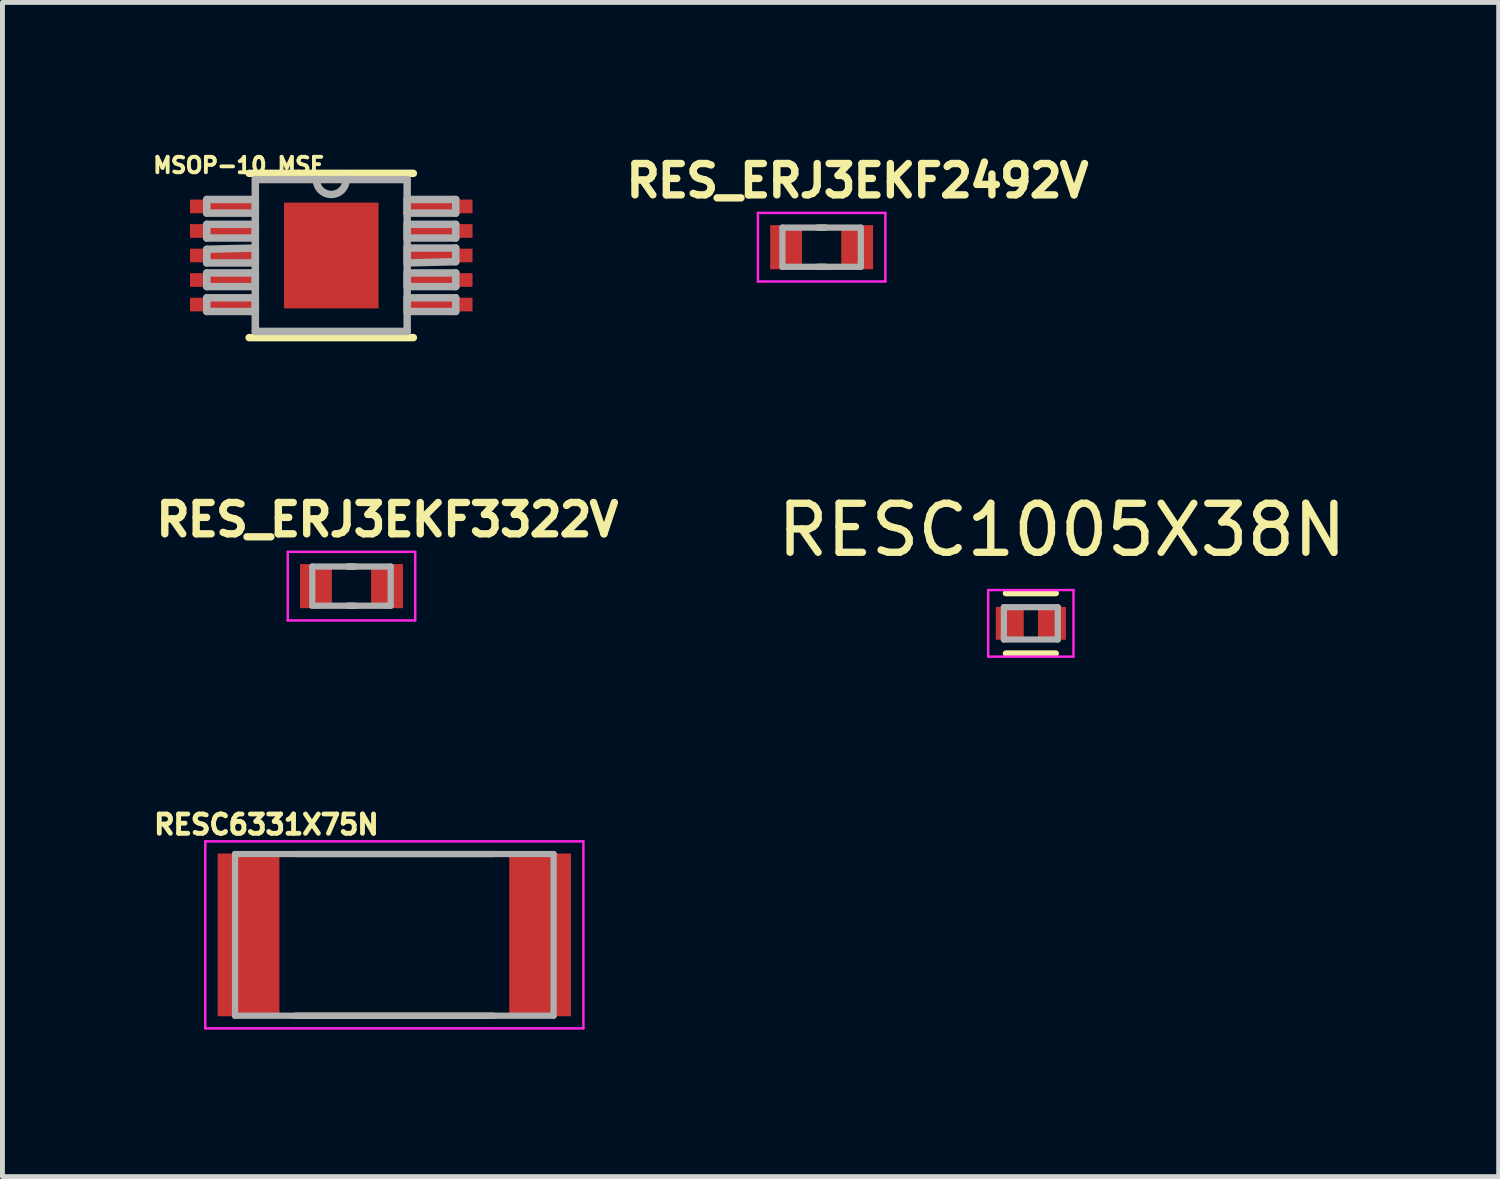
<source format=kicad_pcb>
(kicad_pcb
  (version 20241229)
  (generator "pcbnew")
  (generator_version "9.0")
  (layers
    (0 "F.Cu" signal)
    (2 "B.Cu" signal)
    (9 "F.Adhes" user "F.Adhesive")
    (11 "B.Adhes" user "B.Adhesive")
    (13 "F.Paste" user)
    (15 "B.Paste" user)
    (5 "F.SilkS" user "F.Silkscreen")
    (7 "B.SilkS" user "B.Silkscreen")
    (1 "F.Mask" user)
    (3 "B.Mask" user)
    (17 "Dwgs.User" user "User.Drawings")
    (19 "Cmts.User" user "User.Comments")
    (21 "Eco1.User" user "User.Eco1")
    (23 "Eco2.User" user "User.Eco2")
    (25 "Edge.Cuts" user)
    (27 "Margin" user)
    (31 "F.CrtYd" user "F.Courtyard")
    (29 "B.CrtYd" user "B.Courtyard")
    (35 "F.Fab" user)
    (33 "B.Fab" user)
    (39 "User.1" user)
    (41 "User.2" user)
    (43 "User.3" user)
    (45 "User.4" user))
  (footprint "RES_ERJ3EKF3322V"
    (layer "F.Cu")
    (at 4.122 8.91)
    (property "Reference" "RES_ERJ3EKF3322V" (at 0.732 -1.356 0) (layer "F.SilkS") (effects (font (size 0.64 0.64) (thickness 0.15))))
    (attr smd)
    (fp_line (start -0.08 -0.4) (end 0.08 -0.4) (stroke (width 0.127) (type solid)) (layer "F.SilkS"))
    (fp_line (start -0.08 0.4) (end 0.08 0.4) (stroke (width 0.127) (type solid)) (layer "F.SilkS"))
    (fp_line (start -1.3 -0.7) (end -1.3 0.7) (stroke (width 0.05) (type solid)) (layer "F.CrtYd"))
    (fp_line (start -1.3 0.7) (end 1.3 0.7) (stroke (width 0.05) (type solid)) (layer "F.CrtYd"))
    (fp_line (start 1.3 -0.7) (end -1.3 -0.7) (stroke (width 0.05) (type solid)) (layer "F.CrtYd"))
    (fp_line (start 1.3 0.7) (end 1.3 -0.7) (stroke (width 0.05) (type solid)) (layer "F.CrtYd"))
    (fp_line (start -0.8 -0.4) (end -0.8 0.4) (stroke (width 0.127) (type solid)) (layer "F.Fab"))
    (fp_line (start -0.8 -0.4) (end 0.8 -0.4) (stroke (width 0.127) (type solid)) (layer "F.Fab"))
    (fp_line (start -0.8 0.4) (end 0.8 0.4) (stroke (width 0.127) (type solid)) (layer "F.Fab"))
    (fp_line (start 0.8 -0.4) (end 0.8 0.4) (stroke (width 0.127) (type solid)) (layer "F.Fab"))
    (pad "1" smd rect (at -0.725 0) (size 0.65 0.9) (layers "F.Cu" "F.Mask" "F.Paste"))
    (pad "2" smd rect (at 0.725 0) (size 0.65 0.9) (layers "F.Cu" "F.Mask" "F.Paste")))
  (footprint "RES_ERJ3EKF2492V"
    (layer "F.Cu")
    (at 13.715 1.994)
    (property "Reference" "RES_ERJ3EKF2492V" (at 0.732 -1.356 0) (layer "F.SilkS") (effects (font (size 0.64 0.64) (thickness 0.15))))
    (attr smd)
    (fp_line (start -0.08 -0.4) (end 0.08 -0.4) (stroke (width 0.127) (type solid)) (layer "F.SilkS"))
    (fp_line (start -0.08 0.4) (end 0.08 0.4) (stroke (width 0.127) (type solid)) (layer "F.SilkS"))
    (fp_line (start -1.3 -0.7) (end -1.3 0.7) (stroke (width 0.05) (type solid)) (layer "F.CrtYd"))
    (fp_line (start -1.3 0.7) (end 1.3 0.7) (stroke (width 0.05) (type solid)) (layer "F.CrtYd"))
    (fp_line (start 1.3 -0.7) (end -1.3 -0.7) (stroke (width 0.05) (type solid)) (layer "F.CrtYd"))
    (fp_line (start 1.3 0.7) (end 1.3 -0.7) (stroke (width 0.05) (type solid)) (layer "F.CrtYd"))
    (fp_line (start -0.8 -0.4) (end -0.8 0.4) (stroke (width 0.127) (type solid)) (layer "F.Fab"))
    (fp_line (start -0.8 -0.4) (end 0.8 -0.4) (stroke (width 0.127) (type solid)) (layer "F.Fab"))
    (fp_line (start -0.8 0.4) (end 0.8 0.4) (stroke (width 0.127) (type solid)) (layer "F.Fab"))
    (fp_line (start 0.8 -0.4) (end 0.8 0.4) (stroke (width 0.127) (type solid)) (layer "F.Fab"))
    (pad "1" smd rect (at -0.725 0) (size 0.65 0.9) (layers "F.Cu" "F.Mask" "F.Paste"))
    (pad "2" smd rect (at 0.725 0) (size 0.65 0.9) (layers "F.Cu" "F.Mask" "F.Paste")))
  (footprint "MSOP-10_MSE"
    (layer "F.Cu")
    (at 3.709 2.163)
    (property "Reference" "MSOP-10_MSE" (at -1.883 -1.84 0) (layer "F.SilkS") (effects (font (size 0.315 0.315) (thickness 0.15))))
    (attr smd)
    (fp_line (start -1.676 1.676) (end 1.676 1.676) (stroke (width 0.152) (type solid)) (layer "F.SilkS"))
    (fp_line (start 1.676 -1.676) (end -1.676 -1.676) (stroke (width 0.152) (type solid)) (layer "F.SilkS"))
    (fp_poly (pts (xy -0.965 -1.079) (xy -0.965 1.079) (xy 0.965 1.079) (xy 0.965 -1.079)) (stroke (width 0.025) (type solid)) (fill yes) (layer "F.Paste"))
    (fp_line (start -2.54 -1.143) (end -2.54 -0.864) (stroke (width 0.152) (type solid)) (layer "F.Fab"))
    (fp_line (start -2.54 -0.864) (end -1.549 -0.864) (stroke (width 0.152) (type solid)) (layer "F.Fab"))
    (fp_line (start -2.54 -0.635) (end -2.54 -0.356) (stroke (width 0.152) (type solid)) (layer "F.Fab"))
    (fp_line (start -2.54 -0.356) (end -1.549 -0.356) (stroke (width 0.152) (type solid)) (layer "F.Fab"))
    (fp_line (start -2.54 -0.127) (end -2.54 0.152) (stroke (width 0.152) (type solid)) (layer "F.Fab"))
    (fp_line (start -2.54 0.152) (end -1.549 0.152) (stroke (width 0.152) (type solid)) (layer "F.Fab"))
    (fp_line (start -2.54 0.356) (end -2.54 0.635) (stroke (width 0.152) (type solid)) (layer "F.Fab"))
    (fp_line (start -2.54 0.635) (end -1.549 0.635) (stroke (width 0.152) (type solid)) (layer "F.Fab"))
    (fp_line (start -2.54 0.864) (end -2.54 1.143) (stroke (width 0.152) (type solid)) (layer "F.Fab"))
    (fp_line (start -2.54 1.143) (end -1.549 1.143) (stroke (width 0.152) (type solid)) (layer "F.Fab"))
    (fp_line (start -1.549 -1.549) (end -1.549 1.549) (stroke (width 0.152) (type solid)) (layer "F.Fab"))
    (fp_line (start -1.549 -1.143) (end -2.54 -1.143) (stroke (width 0.152) (type solid)) (layer "F.Fab"))
    (fp_line (start -1.549 -0.864) (end -1.549 -1.143) (stroke (width 0.152) (type solid)) (layer "F.Fab"))
    (fp_line (start -1.549 -0.635) (end -2.54 -0.635) (stroke (width 0.152) (type solid)) (layer "F.Fab"))
    (fp_line (start -1.549 -0.356) (end -1.549 -0.635) (stroke (width 0.152) (type solid)) (layer "F.Fab"))
    (fp_line (start -1.549 -0.152) (end -2.54 -0.127) (stroke (width 0.152) (type solid)) (layer "F.Fab"))
    (fp_line (start -1.549 0.152) (end -1.549 -0.152) (stroke (width 0.152) (type solid)) (layer "F.Fab"))
    (fp_line (start -1.549 0.356) (end -2.54 0.356) (stroke (width 0.152) (type solid)) (layer "F.Fab"))
    (fp_line (start -1.549 0.635) (end -1.549 0.356) (stroke (width 0.152) (type solid)) (layer "F.Fab"))
    (fp_line (start -1.549 0.864) (end -2.54 0.864) (stroke (width 0.152) (type solid)) (layer "F.Fab"))
    (fp_line (start -1.549 1.143) (end -1.549 0.864) (stroke (width 0.152) (type solid)) (layer "F.Fab"))
    (fp_line (start -1.549 1.549) (end 1.549 1.549) (stroke (width 0.152) (type solid)) (layer "F.Fab"))
    (fp_line (start -0.305 -1.549) (end -1.549 -1.549) (stroke (width 0.152) (type solid)) (layer "F.Fab"))
    (fp_line (start 0.305 -1.549) (end -0.305 -1.549) (stroke (width 0.152) (type solid)) (layer "F.Fab"))
    (fp_line (start 1.549 -1.549) (end 0.305 -1.549) (stroke (width 0.152) (type solid)) (layer "F.Fab"))
    (fp_line (start 1.549 -1.143) (end 1.549 -0.864) (stroke (width 0.152) (type solid)) (layer "F.Fab"))
    (fp_line (start 1.549 -0.864) (end 2.54 -0.864) (stroke (width 0.152) (type solid)) (layer "F.Fab"))
    (fp_line (start 1.549 -0.635) (end 1.549 -0.356) (stroke (width 0.152) (type solid)) (layer "F.Fab"))
    (fp_line (start 1.549 -0.356) (end 2.54 -0.356) (stroke (width 0.152) (type solid)) (layer "F.Fab"))
    (fp_line (start 1.549 -0.152) (end 1.549 0.152) (stroke (width 0.152) (type solid)) (layer "F.Fab"))
    (fp_line (start 1.549 0.152) (end 2.54 0.127) (stroke (width 0.152) (type solid)) (layer "F.Fab"))
    (fp_line (start 1.549 0.356) (end 1.549 0.635) (stroke (width 0.152) (type solid)) (layer "F.Fab"))
    (fp_line (start 1.549 0.635) (end 2.54 0.635) (stroke (width 0.152) (type solid)) (layer "F.Fab"))
    (fp_line (start 1.549 0.864) (end 1.549 1.143) (stroke (width 0.152) (type solid)) (layer "F.Fab"))
    (fp_line (start 1.549 1.143) (end 2.54 1.143) (stroke (width 0.152) (type solid)) (layer "F.Fab"))
    (fp_line (start 1.549 1.549) (end 1.549 -1.549) (stroke (width 0.152) (type solid)) (layer "F.Fab"))
    (fp_line (start 2.54 -1.143) (end 1.549 -1.143) (stroke (width 0.152) (type solid)) (layer "F.Fab"))
    (fp_line (start 2.54 -0.864) (end 2.54 -1.143) (stroke (width 0.152) (type solid)) (layer "F.Fab"))
    (fp_line (start 2.54 -0.635) (end 1.549 -0.635) (stroke (width 0.152) (type solid)) (layer "F.Fab"))
    (fp_line (start 2.54 -0.356) (end 2.54 -0.635) (stroke (width 0.152) (type solid)) (layer "F.Fab"))
    (fp_line (start 2.54 -0.152) (end 1.549 -0.152) (stroke (width 0.152) (type solid)) (layer "F.Fab"))
    (fp_line (start 2.54 0.127) (end 2.54 -0.152) (stroke (width 0.152) (type solid)) (layer "F.Fab"))
    (fp_line (start 2.54 0.356) (end 1.549 0.356) (stroke (width 0.152) (type solid)) (layer "F.Fab"))
    (fp_line (start 2.54 0.635) (end 2.54 0.356) (stroke (width 0.152) (type solid)) (layer "F.Fab"))
    (fp_line (start 2.54 0.864) (end 1.549 0.864) (stroke (width 0.152) (type solid)) (layer "F.Fab"))
    (fp_line (start 2.54 1.143) (end 2.54 0.864) (stroke (width 0.152) (type solid)) (layer "F.Fab"))
    (fp_arc (start 0.3048 -1.5494) (mid 0 -1.2446) (end -0.3048 -1.5494) (stroke (width 0.1524) (type solid)) (layer "F.Fab"))
    (pad "1" smd rect (at -2.184 -1.001) (size 1.397 0.279) (layers "F.Cu" "F.Mask" "F.Paste"))
    (pad "2" smd rect (at -2.184 -0.5) (size 1.397 0.279) (layers "F.Cu" "F.Mask" "F.Paste"))
    (pad "3" smd rect (at -2.184 0) (size 1.397 0.279) (layers "F.Cu" "F.Mask" "F.Paste"))
    (pad "4" smd rect (at -2.184 0.5) (size 1.397 0.279) (layers "F.Cu" "F.Mask" "F.Paste"))
    (pad "5" smd rect (at -2.184 1.001) (size 1.397 0.279) (layers "F.Cu" "F.Mask" "F.Paste"))
    (pad "6" smd rect (at 2.184 1.001) (size 1.397 0.279) (layers "F.Cu" "F.Mask" "F.Paste"))
    (pad "7" smd rect (at 2.184 0.5) (size 1.397 0.279) (layers "F.Cu" "F.Mask" "F.Paste"))
    (pad "8" smd rect (at 2.184 0) (size 1.397 0.279) (layers "F.Cu" "F.Mask" "F.Paste"))
    (pad "9" smd rect (at 2.184 -0.5) (size 1.397 0.279) (layers "F.Cu" "F.Mask" "F.Paste"))
    (pad "10" smd rect (at 2.184 -1.001) (size 1.397 0.279) (layers "F.Cu" "F.Mask" "F.Paste"))
    (pad "11" smd rect (at 0 0) (size 1.93 2.159) (layers "F.Cu" "F.Mask")))
  (footprint "RESC1005X38N"
    (layer "F.Cu")
    (at 17.984 9.669)
    (property "Reference" "RESC1005X38N" (at 0.635 -1.905 0) (layer "F.SilkS") (effects (font (size 1 1) (thickness 0.15))))
    (attr smd)
    (fp_line (start 0.51 -0.615) (end -0.51 -0.615) (stroke (width 0.127) (type solid)) (layer "F.SilkS"))
    (fp_line (start 0.51 0.615) (end -0.51 0.615) (stroke (width 0.127) (type solid)) (layer "F.SilkS"))
    (fp_line (start -0.87 -0.679) (end -0.87 0.679) (stroke (width 0.05) (type solid)) (layer "F.CrtYd"))
    (fp_line (start -0.87 0.679) (end 0.87 0.679) (stroke (width 0.05) (type solid)) (layer "F.CrtYd"))
    (fp_line (start 0.87 -0.679) (end -0.87 -0.679) (stroke (width 0.05) (type solid)) (layer "F.CrtYd"))
    (fp_line (start 0.87 0.679) (end 0.87 -0.679) (stroke (width 0.05) (type solid)) (layer "F.CrtYd"))
    (fp_line (start -0.55 -0.33) (end -0.55 0.33) (stroke (width 0.127) (type solid)) (layer "F.Fab"))
    (fp_line (start -0.55 0.33) (end 0.55 0.33) (stroke (width 0.127) (type solid)) (layer "F.Fab"))
    (fp_line (start 0.55 -0.33) (end -0.55 -0.33) (stroke (width 0.127) (type solid)) (layer "F.Fab"))
    (fp_line (start 0.55 0.33) (end 0.55 -0.33) (stroke (width 0.127) (type solid)) (layer "F.Fab"))
    (pad "1" smd rect (at -0.43 0 90) (size 0.67 0.57) (layers "F.Cu" "F.Mask" "F.Paste"))
    (pad "2" smd rect (at 0.43 0 90) (size 0.67 0.57) (layers "F.Cu" "F.Mask" "F.Paste")))
  (footprint "RESC6331X75N"
    (layer "F.Cu")
    (at 4.996 16.026)
    (property "Reference" "RESC6331X75N" (at -2.61 -2.25 0) (layer "F.SilkS") (effects (font (size 0.394 0.394) (thickness 0.15))))
    (attr smd)
    (fp_line (start -2.02 -1.65) (end 2.02 -1.65) (stroke (width 0.127) (type solid)) (layer "F.SilkS"))
    (fp_line (start -2.02 1.65) (end 2.02 1.65) (stroke (width 0.127) (type solid)) (layer "F.SilkS"))
    (fp_line (start -3.858 -1.908) (end 3.858 -1.908) (stroke (width 0.05) (type solid)) (layer "F.CrtYd"))
    (fp_line (start -3.858 1.908) (end -3.858 -1.908) (stroke (width 0.05) (type solid)) (layer "F.CrtYd"))
    (fp_line (start -3.858 1.908) (end 3.858 1.908) (stroke (width 0.05) (type solid)) (layer "F.CrtYd"))
    (fp_line (start 3.858 1.908) (end 3.858 -1.908) (stroke (width 0.05) (type solid)) (layer "F.CrtYd"))
    (fp_line (start -3.25 1.65) (end -3.25 -1.65) (stroke (width 0.127) (type solid)) (layer "F.Fab"))
    (fp_line (start 3.25 -1.65) (end -3.25 -1.65) (stroke (width 0.127) (type solid)) (layer "F.Fab"))
    (fp_line (start 3.25 1.65) (end -3.25 1.65) (stroke (width 0.127) (type solid)) (layer "F.Fab"))
    (fp_line (start 3.25 1.65) (end 3.25 -1.65) (stroke (width 0.127) (type solid)) (layer "F.Fab"))
    (pad "1" smd rect (at -2.975 0) (size 1.26 3.32) (layers "F.Cu" "F.Mask" "F.Paste"))
    (pad "2" smd rect (at 2.975 0) (size 1.26 3.32) (layers "F.Cu" "F.Mask" "F.Paste")))
  (gr_rect
    (start -3 -3)
    (end 27.53 20.959)
    (stroke (width 0.1) (type default))
    (fill no)
    (layer "Edge.Cuts")))
</source>
